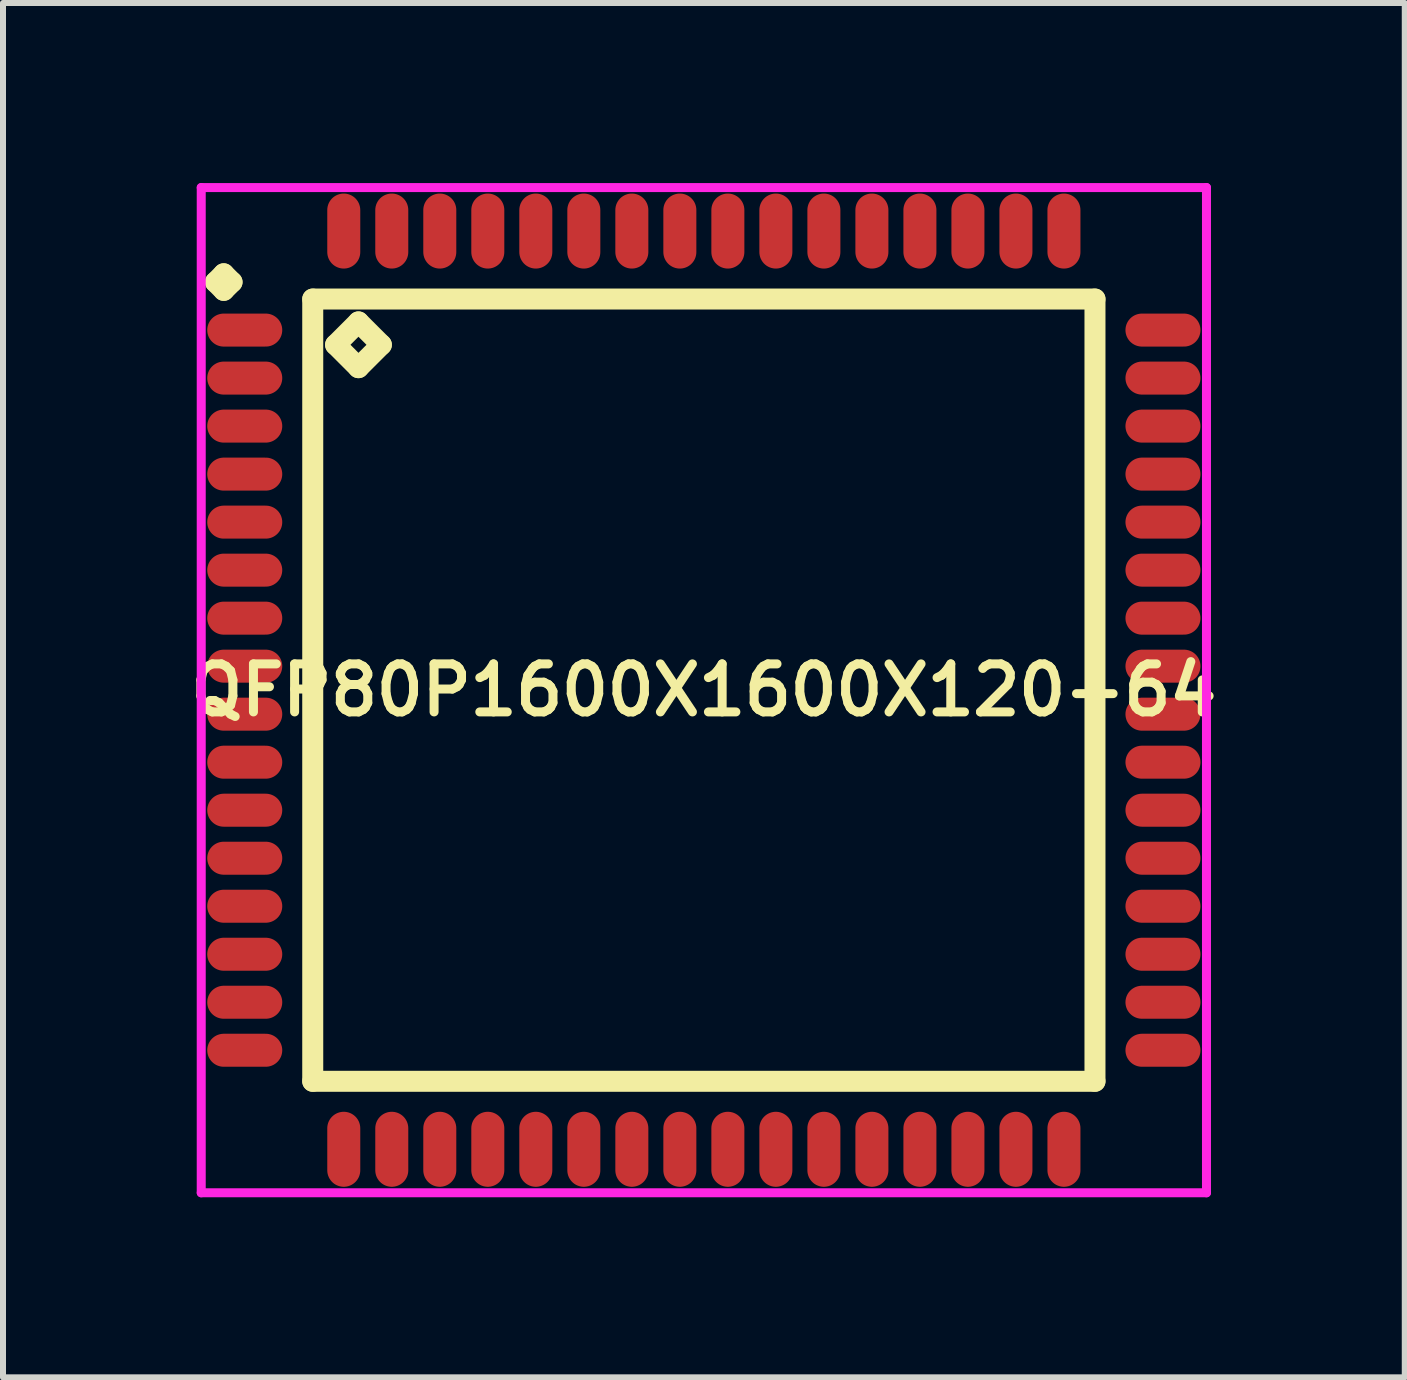
<source format=kicad_pcb>
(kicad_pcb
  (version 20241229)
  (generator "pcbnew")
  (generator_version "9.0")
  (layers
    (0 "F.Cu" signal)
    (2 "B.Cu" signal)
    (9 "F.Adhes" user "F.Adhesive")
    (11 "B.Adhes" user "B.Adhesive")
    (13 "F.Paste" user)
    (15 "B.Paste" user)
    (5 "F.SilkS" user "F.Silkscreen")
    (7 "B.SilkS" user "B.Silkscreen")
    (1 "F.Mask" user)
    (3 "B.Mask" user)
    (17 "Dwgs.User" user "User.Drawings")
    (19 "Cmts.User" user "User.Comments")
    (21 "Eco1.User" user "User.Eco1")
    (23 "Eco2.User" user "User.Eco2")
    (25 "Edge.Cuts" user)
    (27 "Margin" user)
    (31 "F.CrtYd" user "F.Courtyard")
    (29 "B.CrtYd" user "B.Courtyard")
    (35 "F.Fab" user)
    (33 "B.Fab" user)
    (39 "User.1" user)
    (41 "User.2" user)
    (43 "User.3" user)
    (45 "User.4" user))
  (footprint "QFP80P1600X1600X120-64"
    (layer "F.Cu")
    (at 8.678 8.45)
    (property "Reference" "QFP80P1600X1600X120-64" (at 0 0 0) (layer "F.SilkS") (effects (font (size 0.8 0.8) (thickness 0.15))))
    (attr through_hole)
    (fp_line (start -8.137 -6.8) (end -8 -6.938) (stroke (width 0.35) (type solid)) (layer "F.SilkS"))
    (fp_line (start -8 -6.938) (end -7.862 -6.8) (stroke (width 0.35) (type solid)) (layer "F.SilkS"))
    (fp_line (start -8 -6.662) (end -8.137 -6.8) (stroke (width 0.35) (type solid)) (layer "F.SilkS"))
    (fp_line (start -7.862 -6.8) (end -8 -6.662) (stroke (width 0.35) (type solid)) (layer "F.SilkS"))
    (fp_line (start -6.517 -6.517) (end -6.517 6.517) (stroke (width 0.35) (type solid)) (layer "F.SilkS"))
    (fp_line (start -6.517 6.517) (end 6.517 6.517) (stroke (width 0.35) (type solid)) (layer "F.SilkS"))
    (fp_line (start -6.136 -5.755) (end -5.755 -6.136) (stroke (width 0.35) (type solid)) (layer "F.SilkS"))
    (fp_line (start -5.755 -6.136) (end -5.374 -5.755) (stroke (width 0.35) (type solid)) (layer "F.SilkS"))
    (fp_line (start -5.755 -5.374) (end -6.136 -5.755) (stroke (width 0.35) (type solid)) (layer "F.SilkS"))
    (fp_line (start -5.374 -5.755) (end -5.755 -5.374) (stroke (width 0.35) (type solid)) (layer "F.SilkS"))
    (fp_line (start 6.517 -6.517) (end -6.517 -6.517) (stroke (width 0.35) (type solid)) (layer "F.SilkS"))
    (fp_line (start 6.517 6.517) (end 6.517 -6.517) (stroke (width 0.35) (type solid)) (layer "F.SilkS"))
    (fp_line (start -8.375 -8.375) (end 8.375 -8.375) (stroke (width 0.15) (type solid)) (layer "F.CrtYd"))
    (fp_line (start -8.375 8.375) (end -8.375 -8.375) (stroke (width 0.15) (type solid)) (layer "F.CrtYd"))
    (fp_line (start 8.375 -8.375) (end 8.375 8.375) (stroke (width 0.15) (type solid)) (layer "F.CrtYd"))
    (fp_line (start 8.375 8.375) (end -8.375 8.375) (stroke (width 0.15) (type solid)) (layer "F.CrtYd"))
    (pad "1" smd oval (at -7.65 -6) (size 1.25 0.55) (layers "F.Cu" "F.Mask" "F.Paste"))
    (pad "2" smd oval (at -7.65 -5.2) (size 1.25 0.55) (layers "F.Cu" "F.Mask" "F.Paste"))
    (pad "3" smd oval (at -7.65 -4.4) (size 1.25 0.55) (layers "F.Cu" "F.Mask" "F.Paste"))
    (pad "4" smd oval (at -7.65 -3.6) (size 1.25 0.55) (layers "F.Cu" "F.Mask" "F.Paste"))
    (pad "5" smd oval (at -7.65 -2.8) (size 1.25 0.55) (layers "F.Cu" "F.Mask" "F.Paste"))
    (pad "6" smd oval (at -7.65 -2) (size 1.25 0.55) (layers "F.Cu" "F.Mask" "F.Paste"))
    (pad "7" smd oval (at -7.65 -1.2) (size 1.25 0.55) (layers "F.Cu" "F.Mask" "F.Paste"))
    (pad "8" smd oval (at -7.65 -0.4) (size 1.25 0.55) (layers "F.Cu" "F.Mask" "F.Paste"))
    (pad "9" smd oval (at -7.65 0.4) (size 1.25 0.55) (layers "F.Cu" "F.Mask" "F.Paste"))
    (pad "10" smd oval (at -7.65 1.2) (size 1.25 0.55) (layers "F.Cu" "F.Mask" "F.Paste"))
    (pad "11" smd oval (at -7.65 2) (size 1.25 0.55) (layers "F.Cu" "F.Mask" "F.Paste"))
    (pad "12" smd oval (at -7.65 2.8) (size 1.25 0.55) (layers "F.Cu" "F.Mask" "F.Paste"))
    (pad "13" smd oval (at -7.65 3.6) (size 1.25 0.55) (layers "F.Cu" "F.Mask" "F.Paste"))
    (pad "14" smd oval (at -7.65 4.4) (size 1.25 0.55) (layers "F.Cu" "F.Mask" "F.Paste"))
    (pad "15" smd oval (at -7.65 5.2) (size 1.25 0.55) (layers "F.Cu" "F.Mask" "F.Paste"))
    (pad "16" smd oval (at -7.65 6) (size 1.25 0.55) (layers "F.Cu" "F.Mask" "F.Paste"))
    (pad "17" smd oval (at -6 7.65) (size 0.55 1.25) (layers "F.Cu" "F.Mask" "F.Paste"))
    (pad "18" smd oval (at -5.2 7.65) (size 0.55 1.25) (layers "F.Cu" "F.Mask" "F.Paste"))
    (pad "19" smd oval (at -4.4 7.65) (size 0.55 1.25) (layers "F.Cu" "F.Mask" "F.Paste"))
    (pad "20" smd oval (at -3.6 7.65) (size 0.55 1.25) (layers "F.Cu" "F.Mask" "F.Paste"))
    (pad "21" smd oval (at -2.8 7.65) (size 0.55 1.25) (layers "F.Cu" "F.Mask" "F.Paste"))
    (pad "22" smd oval (at -2 7.65) (size 0.55 1.25) (layers "F.Cu" "F.Mask" "F.Paste"))
    (pad "23" smd oval (at -1.2 7.65) (size 0.55 1.25) (layers "F.Cu" "F.Mask" "F.Paste"))
    (pad "24" smd oval (at -0.4 7.65) (size 0.55 1.25) (layers "F.Cu" "F.Mask" "F.Paste"))
    (pad "25" smd oval (at 0.4 7.65) (size 0.55 1.25) (layers "F.Cu" "F.Mask" "F.Paste"))
    (pad "26" smd oval (at 1.2 7.65) (size 0.55 1.25) (layers "F.Cu" "F.Mask" "F.Paste"))
    (pad "27" smd oval (at 2 7.65) (size 0.55 1.25) (layers "F.Cu" "F.Mask" "F.Paste"))
    (pad "28" smd oval (at 2.8 7.65) (size 0.55 1.25) (layers "F.Cu" "F.Mask" "F.Paste"))
    (pad "29" smd oval (at 3.6 7.65) (size 0.55 1.25) (layers "F.Cu" "F.Mask" "F.Paste"))
    (pad "30" smd oval (at 4.4 7.65) (size 0.55 1.25) (layers "F.Cu" "F.Mask" "F.Paste"))
    (pad "31" smd oval (at 5.2 7.65) (size 0.55 1.25) (layers "F.Cu" "F.Mask" "F.Paste"))
    (pad "32" smd oval (at 6 7.65) (size 0.55 1.25) (layers "F.Cu" "F.Mask" "F.Paste"))
    (pad "33" smd oval (at 7.65 6) (size 1.25 0.55) (layers "F.Cu" "F.Mask" "F.Paste"))
    (pad "34" smd oval (at 7.65 5.2) (size 1.25 0.55) (layers "F.Cu" "F.Mask" "F.Paste"))
    (pad "35" smd oval (at 7.65 4.4) (size 1.25 0.55) (layers "F.Cu" "F.Mask" "F.Paste"))
    (pad "36" smd oval (at 7.65 3.6) (size 1.25 0.55) (layers "F.Cu" "F.Mask" "F.Paste"))
    (pad "37" smd oval (at 7.65 2.8) (size 1.25 0.55) (layers "F.Cu" "F.Mask" "F.Paste"))
    (pad "38" smd oval (at 7.65 2) (size 1.25 0.55) (layers "F.Cu" "F.Mask" "F.Paste"))
    (pad "39" smd oval (at 7.65 1.2) (size 1.25 0.55) (layers "F.Cu" "F.Mask" "F.Paste"))
    (pad "40" smd oval (at 7.65 0.4) (size 1.25 0.55) (layers "F.Cu" "F.Mask" "F.Paste"))
    (pad "41" smd oval (at 7.65 -0.4) (size 1.25 0.55) (layers "F.Cu" "F.Mask" "F.Paste"))
    (pad "42" smd oval (at 7.65 -1.2) (size 1.25 0.55) (layers "F.Cu" "F.Mask" "F.Paste"))
    (pad "43" smd oval (at 7.65 -2) (size 1.25 0.55) (layers "F.Cu" "F.Mask" "F.Paste"))
    (pad "44" smd oval (at 7.65 -2.8) (size 1.25 0.55) (layers "F.Cu" "F.Mask" "F.Paste"))
    (pad "45" smd oval (at 7.65 -3.6) (size 1.25 0.55) (layers "F.Cu" "F.Mask" "F.Paste"))
    (pad "46" smd oval (at 7.65 -4.4) (size 1.25 0.55) (layers "F.Cu" "F.Mask" "F.Paste"))
    (pad "47" smd oval (at 7.65 -5.2) (size 1.25 0.55) (layers "F.Cu" "F.Mask" "F.Paste"))
    (pad "48" smd oval (at 7.65 -6) (size 1.25 0.55) (layers "F.Cu" "F.Mask" "F.Paste"))
    (pad "49" smd oval (at 6 -7.65) (size 0.55 1.25) (layers "F.Cu" "F.Mask" "F.Paste"))
    (pad "50" smd oval (at 5.2 -7.65) (size 0.55 1.25) (layers "F.Cu" "F.Mask" "F.Paste"))
    (pad "51" smd oval (at 4.4 -7.65) (size 0.55 1.25) (layers "F.Cu" "F.Mask" "F.Paste"))
    (pad "52" smd oval (at 3.6 -7.65) (size 0.55 1.25) (layers "F.Cu" "F.Mask" "F.Paste"))
    (pad "53" smd oval (at 2.8 -7.65) (size 0.55 1.25) (layers "F.Cu" "F.Mask" "F.Paste"))
    (pad "54" smd oval (at 2 -7.65) (size 0.55 1.25) (layers "F.Cu" "F.Mask" "F.Paste"))
    (pad "55" smd oval (at 1.2 -7.65) (size 0.55 1.25) (layers "F.Cu" "F.Mask" "F.Paste"))
    (pad "56" smd oval (at 0.4 -7.65) (size 0.55 1.25) (layers "F.Cu" "F.Mask" "F.Paste"))
    (pad "57" smd oval (at -0.4 -7.65) (size 0.55 1.25) (layers "F.Cu" "F.Mask" "F.Paste"))
    (pad "58" smd oval (at -1.2 -7.65) (size 0.55 1.25) (layers "F.Cu" "F.Mask" "F.Paste"))
    (pad "59" smd oval (at -2 -7.65) (size 0.55 1.25) (layers "F.Cu" "F.Mask" "F.Paste"))
    (pad "60" smd oval (at -2.8 -7.65) (size 0.55 1.25) (layers "F.Cu" "F.Mask" "F.Paste"))
    (pad "61" smd oval (at -3.6 -7.65) (size 0.55 1.25) (layers "F.Cu" "F.Mask" "F.Paste"))
    (pad "62" smd oval (at -4.4 -7.65) (size 0.55 1.25) (layers "F.Cu" "F.Mask" "F.Paste"))
    (pad "63" smd oval (at -5.2 -7.65) (size 0.55 1.25) (layers "F.Cu" "F.Mask" "F.Paste"))
    (pad "64" smd oval (at -6 -7.65) (size 0.55 1.25) (layers "F.Cu" "F.Mask" "F.Paste")))
  (gr_rect
    (start -3 -3)
    (end 20.357 19.9)
    (stroke (width 0.1) (type default))
    (fill no)
    (layer "Edge.Cuts")))
</source>
